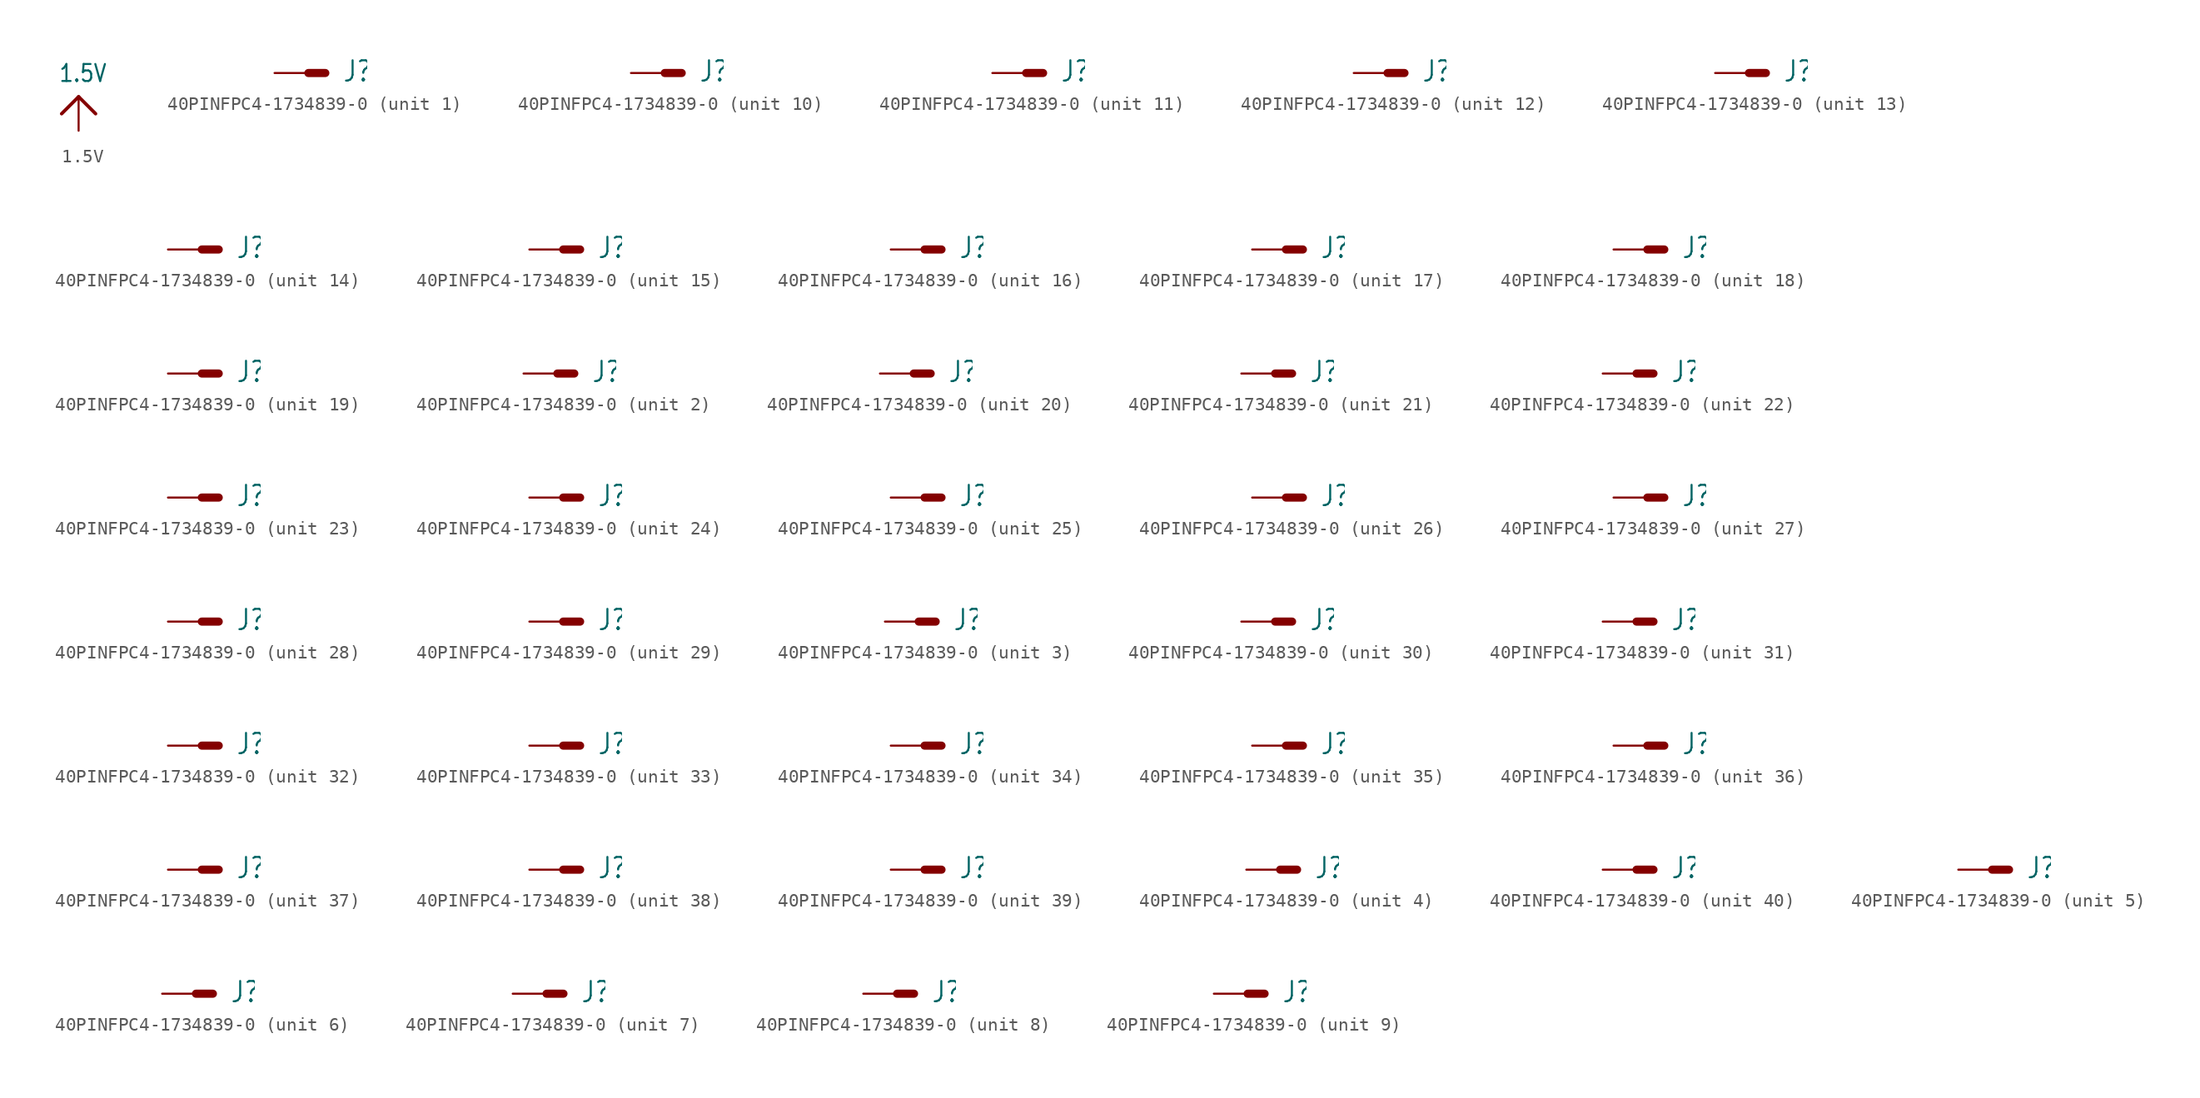
<source format=kicad_sym>
(kicad_symbol_lib
  (version 20220914)
  (generator kicad_symbol_editor)
  (symbol "1.5V"
    (power)
    (property "Reference" ""
      (at 0 0 0)
      (effects (font (size 1.27 1.27)) hide))
    (property "Value" "1.5V"
      (at -1.524 1.016 0)
      (effects (font (size 1.27 1.079)) (justify left bottom)))
    (property "ki_locked" ""
      (at 0 0 0)
      (effects (font (size 1.27 1.27))))
    (symbol "1.5V_1_0"
      (polyline (pts (xy -1.27 -1.27) (xy 0 0)) (stroke (width 0.254) (type solid)) (fill (type none)))
      (polyline (pts (xy 0 0) (xy 1.27 -1.27)) (stroke (width 0.254) (type solid)) (fill (type none)))
      (pin power_in line (at 0 -2.54 90) (length 2.54) (name "1.5V" (effects (font (size 0 0)))) (number "1" (effects (font (size 0 0)))))))
  (symbol "40PINFPC4-1734839-0"
    (property "Reference" "J"
      (at 2.54 -0.762 0)
      (effects (font (size 1.524 1.295)) (justify left bottom)))
    (property "ki_locked" ""
      (at 0 0 0)
      (effects (font (size 1.27 1.27))))
    (symbol "40PINFPC4-1734839-0_1_0"
      (polyline (pts (xy 0 0) (xy 1.27 0)) (stroke (width 0.61) (type solid)) (fill (type none)))
      (pin passive line (at -2.54 0 0) (length 2.54) (name "MSV" (effects (font (size 0 0)))) (number "1" (effects (font (size 0 0))))))
    (symbol "40PINFPC4-1734839-0_2_0"
      (polyline (pts (xy 0 0) (xy 1.27 0)) (stroke (width 0.61) (type solid)) (fill (type none)))
      (pin passive line (at -2.54 0 0) (length 2.54) (name "MS" (effects (font (size 0 0)))) (number "2" (effects (font (size 0 0))))))
    (symbol "40PINFPC4-1734839-0_3_0"
      (polyline (pts (xy 0 0) (xy 1.27 0)) (stroke (width 0.61) (type solid)) (fill (type none)))
      (pin passive line (at -2.54 0 0) (length 2.54) (name "MS" (effects (font (size 0 0)))) (number "3" (effects (font (size 0 0))))))
    (symbol "40PINFPC4-1734839-0_4_0"
      (polyline (pts (xy 0 0) (xy 1.27 0)) (stroke (width 0.61) (type solid)) (fill (type none)))
      (pin passive line (at -2.54 0 0) (length 2.54) (name "MS" (effects (font (size 0 0)))) (number "4" (effects (font (size 0 0))))))
    (symbol "40PINFPC4-1734839-0_5_0"
      (polyline (pts (xy 0 0) (xy 1.27 0)) (stroke (width 0.61) (type solid)) (fill (type none)))
      (pin passive line (at -2.54 0 0) (length 2.54) (name "MS" (effects (font (size 0 0)))) (number "5" (effects (font (size 0 0))))))
    (symbol "40PINFPC4-1734839-0_6_0"
      (polyline (pts (xy 0 0) (xy 1.27 0)) (stroke (width 0.61) (type solid)) (fill (type none)))
      (pin passive line (at -2.54 0 0) (length 2.54) (name "MS" (effects (font (size 0 0)))) (number "6" (effects (font (size 0 0))))))
    (symbol "40PINFPC4-1734839-0_7_0"
      (polyline (pts (xy 0 0) (xy 1.27 0)) (stroke (width 0.61) (type solid)) (fill (type none)))
      (pin passive line (at -2.54 0 0) (length 2.54) (name "MS" (effects (font (size 0 0)))) (number "7" (effects (font (size 0 0))))))
    (symbol "40PINFPC4-1734839-0_8_0"
      (polyline (pts (xy 0 0) (xy 1.27 0)) (stroke (width 0.61) (type solid)) (fill (type none)))
      (pin passive line (at -2.54 0 0) (length 2.54) (name "MS" (effects (font (size 0 0)))) (number "8" (effects (font (size 0 0))))))
    (symbol "40PINFPC4-1734839-0_9_0"
      (polyline (pts (xy 0 0) (xy 1.27 0)) (stroke (width 0.61) (type solid)) (fill (type none)))
      (pin passive line (at -2.54 0 0) (length 2.54) (name "MS" (effects (font (size 0 0)))) (number "9" (effects (font (size 0 0))))))
    (symbol "40PINFPC4-1734839-0_10_0"
      (polyline (pts (xy 0 0) (xy 1.27 0)) (stroke (width 0.61) (type solid)) (fill (type none)))
      (pin passive line (at -2.54 0 0) (length 2.54) (name "MS" (effects (font (size 0 0)))) (number "10" (effects (font (size 0 0))))))
    (symbol "40PINFPC4-1734839-0_11_0"
      (polyline (pts (xy 0 0) (xy 1.27 0)) (stroke (width 0.61) (type solid)) (fill (type none)))
      (pin passive line (at -2.54 0 0) (length 2.54) (name "MS" (effects (font (size 0 0)))) (number "11" (effects (font (size 0 0))))))
    (symbol "40PINFPC4-1734839-0_12_0"
      (polyline (pts (xy 0 0) (xy 1.27 0)) (stroke (width 0.61) (type solid)) (fill (type none)))
      (pin passive line (at -2.54 0 0) (length 2.54) (name "MS" (effects (font (size 0 0)))) (number "12" (effects (font (size 0 0))))))
    (symbol "40PINFPC4-1734839-0_13_0"
      (polyline (pts (xy 0 0) (xy 1.27 0)) (stroke (width 0.61) (type solid)) (fill (type none)))
      (pin passive line (at -2.54 0 0) (length 2.54) (name "MS" (effects (font (size 0 0)))) (number "13" (effects (font (size 0 0))))))
    (symbol "40PINFPC4-1734839-0_14_0"
      (polyline (pts (xy 0 0) (xy 1.27 0)) (stroke (width 0.61) (type solid)) (fill (type none)))
      (pin passive line (at -2.54 0 0) (length 2.54) (name "MS" (effects (font (size 0 0)))) (number "14" (effects (font (size 0 0))))))
    (symbol "40PINFPC4-1734839-0_15_0"
      (polyline (pts (xy 0 0) (xy 1.27 0)) (stroke (width 0.61) (type solid)) (fill (type none)))
      (pin passive line (at -2.54 0 0) (length 2.54) (name "MS" (effects (font (size 0 0)))) (number "15" (effects (font (size 0 0))))))
    (symbol "40PINFPC4-1734839-0_16_0"
      (polyline (pts (xy 0 0) (xy 1.27 0)) (stroke (width 0.61) (type solid)) (fill (type none)))
      (pin passive line (at -2.54 0 0) (length 2.54) (name "MS" (effects (font (size 0 0)))) (number "16" (effects (font (size 0 0))))))
    (symbol "40PINFPC4-1734839-0_17_0"
      (polyline (pts (xy 0 0) (xy 1.27 0)) (stroke (width 0.61) (type solid)) (fill (type none)))
      (pin passive line (at -2.54 0 0) (length 2.54) (name "MS" (effects (font (size 0 0)))) (number "17" (effects (font (size 0 0))))))
    (symbol "40PINFPC4-1734839-0_18_0"
      (polyline (pts (xy 0 0) (xy 1.27 0)) (stroke (width 0.61) (type solid)) (fill (type none)))
      (pin passive line (at -2.54 0 0) (length 2.54) (name "MS" (effects (font (size 0 0)))) (number "18" (effects (font (size 0 0))))))
    (symbol "40PINFPC4-1734839-0_19_0"
      (polyline (pts (xy 0 0) (xy 1.27 0)) (stroke (width 0.61) (type solid)) (fill (type none)))
      (pin passive line (at -2.54 0 0) (length 2.54) (name "MS" (effects (font (size 0 0)))) (number "19" (effects (font (size 0 0))))))
    (symbol "40PINFPC4-1734839-0_20_0"
      (polyline (pts (xy 0 0) (xy 1.27 0)) (stroke (width 0.61) (type solid)) (fill (type none)))
      (pin passive line (at -2.54 0 0) (length 2.54) (name "MS" (effects (font (size 0 0)))) (number "20" (effects (font (size 0 0))))))
    (symbol "40PINFPC4-1734839-0_21_0"
      (polyline (pts (xy 0 0) (xy 1.27 0)) (stroke (width 0.61) (type solid)) (fill (type none)))
      (pin passive line (at -2.54 0 0) (length 2.54) (name "MS" (effects (font (size 0 0)))) (number "21" (effects (font (size 0 0))))))
    (symbol "40PINFPC4-1734839-0_22_0"
      (polyline (pts (xy 0 0) (xy 1.27 0)) (stroke (width 0.61) (type solid)) (fill (type none)))
      (pin passive line (at -2.54 0 0) (length 2.54) (name "MS" (effects (font (size 0 0)))) (number "22" (effects (font (size 0 0))))))
    (symbol "40PINFPC4-1734839-0_23_0"
      (polyline (pts (xy 0 0) (xy 1.27 0)) (stroke (width 0.61) (type solid)) (fill (type none)))
      (pin passive line (at -2.54 0 0) (length 2.54) (name "MS" (effects (font (size 0 0)))) (number "23" (effects (font (size 0 0))))))
    (symbol "40PINFPC4-1734839-0_24_0"
      (polyline (pts (xy 0 0) (xy 1.27 0)) (stroke (width 0.61) (type solid)) (fill (type none)))
      (pin passive line (at -2.54 0 0) (length 2.54) (name "MS" (effects (font (size 0 0)))) (number "24" (effects (font (size 0 0))))))
    (symbol "40PINFPC4-1734839-0_25_0"
      (polyline (pts (xy 0 0) (xy 1.27 0)) (stroke (width 0.61) (type solid)) (fill (type none)))
      (pin passive line (at -2.54 0 0) (length 2.54) (name "MS" (effects (font (size 0 0)))) (number "25" (effects (font (size 0 0))))))
    (symbol "40PINFPC4-1734839-0_26_0"
      (polyline (pts (xy 0 0) (xy 1.27 0)) (stroke (width 0.61) (type solid)) (fill (type none)))
      (pin passive line (at -2.54 0 0) (length 2.54) (name "MS" (effects (font (size 0 0)))) (number "26" (effects (font (size 0 0))))))
    (symbol "40PINFPC4-1734839-0_27_0"
      (polyline (pts (xy 0 0) (xy 1.27 0)) (stroke (width 0.61) (type solid)) (fill (type none)))
      (pin passive line (at -2.54 0 0) (length 2.54) (name "MS" (effects (font (size 0 0)))) (number "27" (effects (font (size 0 0))))))
    (symbol "40PINFPC4-1734839-0_28_0"
      (polyline (pts (xy 0 0) (xy 1.27 0)) (stroke (width 0.61) (type solid)) (fill (type none)))
      (pin passive line (at -2.54 0 0) (length 2.54) (name "MS" (effects (font (size 0 0)))) (number "28" (effects (font (size 0 0))))))
    (symbol "40PINFPC4-1734839-0_29_0"
      (polyline (pts (xy 0 0) (xy 1.27 0)) (stroke (width 0.61) (type solid)) (fill (type none)))
      (pin passive line (at -2.54 0 0) (length 2.54) (name "MS" (effects (font (size 0 0)))) (number "29" (effects (font (size 0 0))))))
    (symbol "40PINFPC4-1734839-0_30_0"
      (polyline (pts (xy 0 0) (xy 1.27 0)) (stroke (width 0.61) (type solid)) (fill (type none)))
      (pin passive line (at -2.54 0 0) (length 2.54) (name "MS" (effects (font (size 0 0)))) (number "30" (effects (font (size 0 0))))))
    (symbol "40PINFPC4-1734839-0_31_0"
      (polyline (pts (xy 0 0) (xy 1.27 0)) (stroke (width 0.61) (type solid)) (fill (type none)))
      (pin passive line (at -2.54 0 0) (length 2.54) (name "MS" (effects (font (size 0 0)))) (number "31" (effects (font (size 0 0))))))
    (symbol "40PINFPC4-1734839-0_32_0"
      (polyline (pts (xy 0 0) (xy 1.27 0)) (stroke (width 0.61) (type solid)) (fill (type none)))
      (pin passive line (at -2.54 0 0) (length 2.54) (name "MS" (effects (font (size 0 0)))) (number "32" (effects (font (size 0 0))))))
    (symbol "40PINFPC4-1734839-0_33_0"
      (polyline (pts (xy 0 0) (xy 1.27 0)) (stroke (width 0.61) (type solid)) (fill (type none)))
      (pin passive line (at -2.54 0 0) (length 2.54) (name "MS" (effects (font (size 0 0)))) (number "33" (effects (font (size 0 0))))))
    (symbol "40PINFPC4-1734839-0_34_0"
      (polyline (pts (xy 0 0) (xy 1.27 0)) (stroke (width 0.61) (type solid)) (fill (type none)))
      (pin passive line (at -2.54 0 0) (length 2.54) (name "MS" (effects (font (size 0 0)))) (number "34" (effects (font (size 0 0))))))
    (symbol "40PINFPC4-1734839-0_35_0"
      (polyline (pts (xy 0 0) (xy 1.27 0)) (stroke (width 0.61) (type solid)) (fill (type none)))
      (pin passive line (at -2.54 0 0) (length 2.54) (name "MS" (effects (font (size 0 0)))) (number "35" (effects (font (size 0 0))))))
    (symbol "40PINFPC4-1734839-0_36_0"
      (polyline (pts (xy 0 0) (xy 1.27 0)) (stroke (width 0.61) (type solid)) (fill (type none)))
      (pin passive line (at -2.54 0 0) (length 2.54) (name "MS" (effects (font (size 0 0)))) (number "36" (effects (font (size 0 0))))))
    (symbol "40PINFPC4-1734839-0_37_0"
      (polyline (pts (xy 0 0) (xy 1.27 0)) (stroke (width 0.61) (type solid)) (fill (type none)))
      (pin passive line (at -2.54 0 0) (length 2.54) (name "MS" (effects (font (size 0 0)))) (number "37" (effects (font (size 0 0))))))
    (symbol "40PINFPC4-1734839-0_38_0"
      (polyline (pts (xy 0 0) (xy 1.27 0)) (stroke (width 0.61) (type solid)) (fill (type none)))
      (pin passive line (at -2.54 0 0) (length 2.54) (name "MS" (effects (font (size 0 0)))) (number "38" (effects (font (size 0 0))))))
    (symbol "40PINFPC4-1734839-0_39_0"
      (polyline (pts (xy 0 0) (xy 1.27 0)) (stroke (width 0.61) (type solid)) (fill (type none)))
      (pin passive line (at -2.54 0 0) (length 2.54) (name "MS" (effects (font (size 0 0)))) (number "39" (effects (font (size 0 0))))))
    (symbol "40PINFPC4-1734839-0_40_0"
      (polyline (pts (xy 0 0) (xy 1.27 0)) (stroke (width 0.61) (type solid)) (fill (type none)))
      (pin passive line (at -2.54 0 0) (length 2.54) (name "MS" (effects (font (size 0 0)))) (number "40" (effects (font (size 0 0))))))))
</source>
